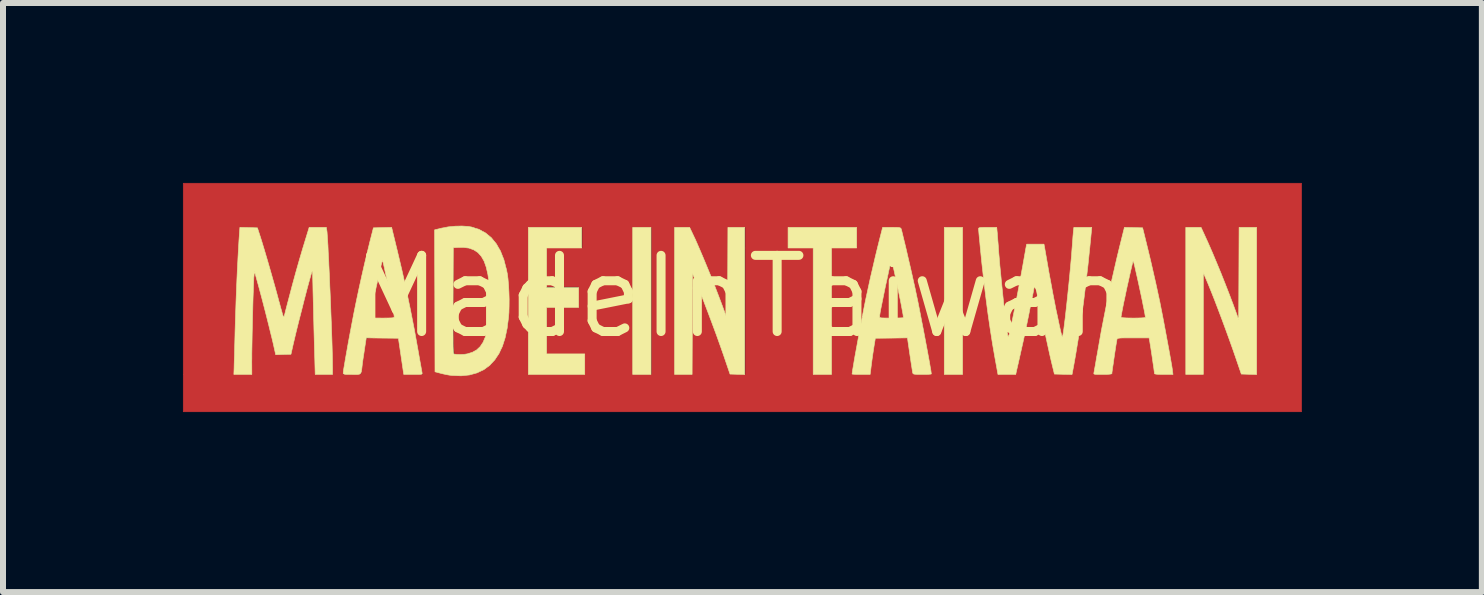
<source format=kicad_pcb>
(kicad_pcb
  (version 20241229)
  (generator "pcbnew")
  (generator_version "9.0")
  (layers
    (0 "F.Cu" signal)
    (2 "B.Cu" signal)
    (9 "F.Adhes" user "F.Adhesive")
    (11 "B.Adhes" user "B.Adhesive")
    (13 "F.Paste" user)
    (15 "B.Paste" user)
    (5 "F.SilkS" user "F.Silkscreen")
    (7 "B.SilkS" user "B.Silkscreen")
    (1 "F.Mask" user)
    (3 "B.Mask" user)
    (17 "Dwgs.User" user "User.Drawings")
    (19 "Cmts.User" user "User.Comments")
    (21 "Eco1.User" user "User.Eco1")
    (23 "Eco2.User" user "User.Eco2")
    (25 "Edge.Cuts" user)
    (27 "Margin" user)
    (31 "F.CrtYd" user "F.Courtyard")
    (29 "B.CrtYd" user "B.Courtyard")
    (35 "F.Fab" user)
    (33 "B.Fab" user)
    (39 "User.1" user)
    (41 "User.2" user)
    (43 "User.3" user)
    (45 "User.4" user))
  (footprint "MadeInTaiwan"
    (layer "F.Cu")
    (at 9.301 1.897)
    (property "Reference" "MadeInTaiwan" (at 0 0 0) (layer "F.SilkS") (effects (font (size 1.27 1.27) (thickness 0.15))))
    (attr through_hole)
    (fp_poly (pts (xy -5.947 -0.495) (xy -5.935 -0.444) (xy -5.921 -0.377) (xy -5.904 -0.298) (xy -5.885 -0.212) (xy -5.866 -0.121) (xy -5.847 -0.029) (xy -5.829 0.06) (xy -5.813 0.142) (xy -5.799 0.213) (xy -5.788 0.271) (xy -5.781 0.312) (xy -5.779 0.331) (xy -5.78 0.34) (xy -5.786 0.347) (xy -5.802 0.351) (xy -5.83 0.354) (xy -5.874 0.355) (xy -5.938 0.356) (xy -5.975 0.356) (xy -6.05 0.355) (xy -6.103 0.355) (xy -6.138 0.353) (xy -6.158 0.35) (xy -6.168 0.344) (xy -6.172 0.336) (xy -6.172 0.327) (xy -6.17 0.304) (xy -6.162 0.26) (xy -6.151 0.198) (xy -6.136 0.122) (xy -6.118 0.034) (xy -6.098 -0.062) (xy -6.077 -0.162) (xy -6.055 -0.263) (xy -6.034 -0.362) (xy -6.024 -0.406) (xy -5.976 -0.616) (xy -5.947 -0.495)) (stroke (width 0.01) (type solid)) (fill yes) (layer "F.Cu"))
    (fp_poly (pts (xy 6.545 -0.579) (xy 6.554 -0.548) (xy 6.566 -0.498) (xy 6.582 -0.434) (xy 6.6 -0.357) (xy 6.619 -0.272) (xy 6.639 -0.181) (xy 6.66 -0.089) (xy 6.679 0.003) (xy 6.697 0.09) (xy 6.713 0.17) (xy 6.727 0.239) (xy 6.737 0.294) (xy 6.743 0.331) (xy 6.744 0.345) (xy 6.732 0.348) (xy 6.699 0.352) (xy 6.649 0.354) (xy 6.586 0.355) (xy 6.54 0.356) (xy 6.472 0.355) (xy 6.413 0.355) (xy 6.369 0.354) (xy 6.342 0.352) (xy 6.337 0.352) (xy 6.34 0.332) (xy 6.347 0.291) (xy 6.359 0.234) (xy 6.373 0.162) (xy 6.39 0.079) (xy 6.409 -0.01) (xy 6.429 -0.104) (xy 6.449 -0.198) (xy 6.469 -0.289) (xy 6.488 -0.374) (xy 6.505 -0.449) (xy 6.52 -0.511) (xy 6.531 -0.557) (xy 6.538 -0.583) (xy 6.54 -0.588) (xy 6.545 -0.579)) (stroke (width 0.01) (type solid)) (fill yes) (layer "F.Cu"))
    (fp_poly (pts (xy 2.521 -0.572) (xy 2.531 -0.534) (xy 2.544 -0.479) (xy 2.56 -0.409) (xy 2.578 -0.329) (xy 2.597 -0.24) (xy 2.616 -0.148) (xy 2.635 -0.054) (xy 2.654 0.038) (xy 2.67 0.123) (xy 2.685 0.2) (xy 2.696 0.264) (xy 2.704 0.313) (xy 2.708 0.342) (xy 2.707 0.349) (xy 2.693 0.351) (xy 2.658 0.353) (xy 2.606 0.355) (xy 2.543 0.355) (xy 2.506 0.356) (xy 2.429 0.355) (xy 2.374 0.354) (xy 2.338 0.351) (xy 2.318 0.346) (xy 2.312 0.34) (xy 2.311 0.339) (xy 2.314 0.314) (xy 2.321 0.271) (xy 2.332 0.211) (xy 2.347 0.138) (xy 2.364 0.056) (xy 2.383 -0.033) (xy 2.403 -0.125) (xy 2.423 -0.217) (xy 2.443 -0.306) (xy 2.462 -0.388) (xy 2.479 -0.46) (xy 2.493 -0.519) (xy 2.505 -0.562) (xy 2.513 -0.585) (xy 2.515 -0.588) (xy 2.521 -0.572)) (stroke (width 0.01) (type solid)) (fill yes) (layer "F.Cu"))
    (fp_poly (pts (xy -4.658 -0.823) (xy -4.554 -0.812) (xy -4.467 -0.788) (xy -4.396 -0.748) (xy -4.338 -0.692) (xy -4.291 -0.616) (xy -4.252 -0.518) (xy -4.23 -0.44) (xy -4.215 -0.369) (xy -4.203 -0.28) (xy -4.193 -0.177) (xy -4.186 -0.069) (xy -4.182 0.041) (xy -4.182 0.144) (xy -4.184 0.203) (xy -4.197 0.368) (xy -4.217 0.509) (xy -4.245 0.629) (xy -4.281 0.728) (xy -4.327 0.807) (xy -4.382 0.868) (xy -4.447 0.913) (xy -4.495 0.934) (xy -4.536 0.944) (xy -4.59 0.952) (xy -4.648 0.958) (xy -4.704 0.961) (xy -4.747 0.96) (xy -4.766 0.957) (xy -4.77 0.955) (xy -4.774 0.949) (xy -4.777 0.938) (xy -4.779 0.921) (xy -4.782 0.895) (xy -4.783 0.858) (xy -4.785 0.81) (xy -4.786 0.747) (xy -4.787 0.669) (xy -4.787 0.574) (xy -4.788 0.46) (xy -4.788 0.324) (xy -4.788 0.167) (xy -4.788 0.061) (xy -4.788 -0.829) (xy -4.658 -0.823)) (stroke (width 0.01) (type solid)) (fill yes) (layer "F.Cu"))
    (fp_poly (pts (xy 9.347 1.918) (xy -9.296 1.918) (xy -9.296 1.296) (xy -6.633 1.296) (xy -6.483 1.293) (xy -6.332 1.289) (xy -6.29 1.003) (xy -6.278 0.92) (xy -6.267 0.846) (xy -6.257 0.782) (xy -6.249 0.735) (xy -6.244 0.707) (xy -6.242 0.701) (xy -6.235 0.696) (xy -6.214 0.692) (xy -6.178 0.689) (xy -6.125 0.688) (xy -6.05 0.688) (xy -5.973 0.689) (xy -5.709 0.692) (xy -5.664 0.994) (xy -5.62 1.295) (xy -5.463 1.295) (xy -5.307 1.295) (xy -5.313 1.26) (xy -5.318 1.238) (xy -5.325 1.195) (xy -5.336 1.135) (xy -5.349 1.062) (xy -5.363 0.979) (xy -5.372 0.927) (xy -5.438 0.562) (xy -5.506 0.214) (xy -5.577 -0.126) (xy -5.653 -0.468) (xy -5.736 -0.816) (xy -5.809 -1.117) (xy -5.106 -1.117) (xy -5.102 0.067) (xy -5.099 1.25) (xy -5.042 1.267) (xy -4.91 1.298) (xy -4.775 1.315) (xy -4.644 1.318) (xy -4.525 1.306) (xy -4.502 1.302) (xy -4.374 1.263) (xy -4.26 1.203) (xy -4.16 1.122) (xy -4.075 1.02) (xy -4.003 0.897) (xy -3.947 0.753) (xy -3.925 0.679) (xy -3.9 0.572) (xy -3.882 0.463) (xy -3.87 0.345) (xy -3.864 0.215) (xy -3.863 0.067) (xy -3.865 -0.013) (xy -3.87 -0.161) (xy -3.88 -0.289) (xy -3.894 -0.402) (xy -3.914 -0.503) (xy -3.94 -0.599) (xy -3.973 -0.692) (xy -4.036 -0.824) (xy -4.114 -0.936) (xy -4.205 -1.028) (xy -4.311 -1.1) (xy -4.428 -1.15) (xy -4.45 -1.156) (xy -3.543 -1.156) (xy -3.543 1.295) (xy -2.603 1.295) (xy -2.603 0.953) (xy -3.239 0.953) (xy -3.239 0.178) (xy -2.705 0.178) (xy -2.705 -0.165) (xy -3.239 -0.165) (xy -3.239 -0.813) (xy -2.642 -0.813) (xy -2.642 -1.156) (xy -1.803 -1.156) (xy -1.803 1.295) (xy -1.486 1.295) (xy -1.486 -1.156) (xy -1.105 -1.156) (xy -1.105 1.295) (xy -0.813 1.295) (xy -0.806 -0.387) (xy -0.713 -0.159) (xy -0.648 0.003) (xy -0.577 0.183) (xy -0.505 0.375) (xy -0.432 0.571) (xy -0.362 0.766) (xy -0.296 0.953) (xy -0.285 0.984) (xy -0.181 1.289) (xy -0.052 1.293) (xy 0.076 1.296) (xy 0.076 -1.156) (xy 0.787 -1.156) (xy 0.787 -0.813) (xy 1.206 -0.813) (xy 1.206 1.295) (xy 1.511 1.295) (xy 1.511 1.286) (xy 1.854 1.286) (xy 1.866 1.29) (xy 1.898 1.293) (xy 1.946 1.295) (xy 2.004 1.295) (xy 2.154 1.295) (xy 2.196 1.007) (xy 2.208 0.924) (xy 2.22 0.849) (xy 2.23 0.785) (xy 2.237 0.737) (xy 2.243 0.709) (xy 2.244 0.703) (xy 2.252 0.697) (xy 2.271 0.692) (xy 2.305 0.689) (xy 2.356 0.687) (xy 2.428 0.686) (xy 2.514 0.686) (xy 2.777 0.686) (xy 2.818 0.962) (xy 2.83 1.044) (xy 2.841 1.12) (xy 2.851 1.184) (xy 2.859 1.232) (xy 2.864 1.262) (xy 2.865 1.267) (xy 2.868 1.279) (xy 2.876 1.287) (xy 2.893 1.292) (xy 2.922 1.294) (xy 2.969 1.295) (xy 3.023 1.295) (xy 3.09 1.295) (xy 3.135 1.293) (xy 3.162 1.289) (xy 3.173 1.283) (xy 3.175 1.278) (xy 3.173 1.259) (xy 3.166 1.219) (xy 3.156 1.159) (xy 3.143 1.083) (xy 3.128 0.995) (xy 3.11 0.896) (xy 3.091 0.791) (xy 3.071 0.682) (xy 3.051 0.571) (xy 3.034 0.483) (xy 2.999 0.303) (xy 2.959 0.105) (xy 2.915 -0.104) (xy 2.868 -0.317) (xy 2.82 -0.528) (xy 2.773 -0.731) (xy 2.751 -0.819) (xy 2.671 -1.149) (xy 2.517 -1.153) (xy 2.397 -1.156) (xy 3.391 -1.156) (xy 3.391 1.295) (xy 3.696 1.295) (xy 3.696 -1.13) (xy 3.962 -1.13) (xy 3.964 -1.106) (xy 3.968 -1.06) (xy 3.974 -0.995) (xy 3.982 -0.914) (xy 3.991 -0.821) (xy 4.001 -0.719) (xy 4.013 -0.612) (xy 4.025 -0.501) (xy 4.036 -0.392) (xy 4.048 -0.286) (xy 4.059 -0.188) (xy 4.07 -0.099) (xy 4.078 -0.032) (xy 4.091 0.07) (xy 4.106 0.182) (xy 4.123 0.301) (xy 4.141 0.426) (xy 4.16 0.551) (xy 4.179 0.676) (xy 4.198 0.797) (xy 4.217 0.911) (xy 4.234 1.015) (xy 4.25 1.106) (xy 4.264 1.181) (xy 4.276 1.238) (xy 4.284 1.274) (xy 4.286 1.28) (xy 4.297 1.287) (xy 4.327 1.292) (xy 4.376 1.295) (xy 4.437 1.295) (xy 4.501 1.295) (xy 4.543 1.293) (xy 4.569 1.29) (xy 4.583 1.283) (xy 4.589 1.274) (xy 4.589 1.273) (xy 4.601 1.228) (xy 4.617 1.162) (xy 4.637 1.076) (xy 4.66 0.974) (xy 4.685 0.86) (xy 4.712 0.736) (xy 4.739 0.605) (xy 4.768 0.47) (xy 4.796 0.335) (xy 4.823 0.202) (xy 4.848 0.074) (xy 4.872 -0.045) (xy 4.892 -0.153) (xy 4.896 -0.171) (xy 4.899 -0.185) (xy 4.903 -0.188) (xy 4.909 -0.178) (xy 4.916 -0.153) (xy 4.926 -0.11) (xy 4.939 -0.047) (xy 4.955 0.037) (xy 4.96 0.064) (xy 4.988 0.204) (xy 5.019 0.355) (xy 5.051 0.511) (xy 5.084 0.666) (xy 5.116 0.815) (xy 5.147 0.953) (xy 5.175 1.073) (xy 5.185 1.118) (xy 5.227 1.289) (xy 5.375 1.293) (xy 5.523 1.296) (xy 5.526 1.279) (xy 5.887 1.279) (xy 5.891 1.287) (xy 5.905 1.292) (xy 5.931 1.294) (xy 5.976 1.295) (xy 6.034 1.295) (xy 6.184 1.295) (xy 6.191 1.254) (xy 6.195 1.228) (xy 6.202 1.182) (xy 6.211 1.121) (xy 6.221 1.05) (xy 6.23 0.991) (xy 6.241 0.915) (xy 6.251 0.846) (xy 6.259 0.788) (xy 6.266 0.746) (xy 6.269 0.727) (xy 6.277 0.686) (xy 6.805 0.686) (xy 6.812 0.721) (xy 6.816 0.745) (xy 6.823 0.788) (xy 6.832 0.846) (xy 6.843 0.913) (xy 6.854 0.986) (xy 6.865 1.06) (xy 6.875 1.13) (xy 6.884 1.192) (xy 6.891 1.241) (xy 6.895 1.273) (xy 6.896 1.283) (xy 6.908 1.288) (xy 6.943 1.292) (xy 6.997 1.295) (xy 7.053 1.295) (xy 7.21 1.295) (xy 7.168 1.049) (xy 7.072 0.517) (xy 6.968 -0.001) (xy 6.853 -0.518) (xy 6.801 -0.74) (xy 6.778 -0.837) (xy 6.757 -0.925) (xy 6.738 -1.003) (xy 6.723 -1.067) (xy 6.712 -1.114) (xy 6.707 -1.141) (xy 6.706 -1.146) (xy 6.694 -1.15) (xy 6.661 -1.153) (xy 6.613 -1.155) (xy 6.554 -1.156) (xy 6.549 -1.156) (xy 7.417 -1.156) (xy 7.417 1.295) (xy 7.709 1.295) (xy 7.712 0.451) (xy 7.715 -0.393) (xy 7.79 -0.212) (xy 7.832 -0.109) (xy 7.88 0.013) (xy 7.933 0.151) (xy 7.989 0.298) (xy 8.047 0.451) (xy 8.104 0.606) (xy 8.159 0.757) (xy 8.21 0.9) (xy 8.236 0.975) (xy 8.348 1.295) (xy 8.598 1.295) (xy 8.598 -1.156) (xy 8.306 -1.156) (xy 8.299 0.375) (xy 8.237 0.203) (xy 8.171 0.025) (xy 8.1 -0.16) (xy 8.027 -0.346) (xy 7.952 -0.528) (xy 7.879 -0.702) (xy 7.809 -0.862) (xy 7.744 -1.003) (xy 7.74 -1.013) (xy 7.673 -1.156) (xy 7.545 -1.156) (xy 7.417 -1.156) (xy 6.549 -1.156) (xy 6.393 -1.156) (xy 6.302 -0.784) (xy 6.204 -0.367) (xy 6.11 0.064) (xy 6.023 0.499) (xy 5.944 0.929) (xy 5.888 1.267) (xy 5.887 1.279) (xy 5.526 1.279) (xy 5.536 1.229) (xy 5.576 1.013) (xy 5.617 0.775) (xy 5.656 0.519) (xy 5.695 0.25) (xy 5.732 -0.029) (xy 5.766 -0.315) (xy 5.798 -0.602) (xy 5.822 -0.851) (xy 5.829 -0.925) (xy 5.836 -0.994) (xy 5.842 -1.052) (xy 5.847 -1.093) (xy 5.849 -1.108) (xy 5.855 -1.156) (xy 5.703 -1.156) (xy 5.552 -1.156) (xy 5.545 -1.089) (xy 5.542 -1.058) (xy 5.538 -1.007) (xy 5.532 -0.938) (xy 5.525 -0.856) (xy 5.518 -0.766) (xy 5.511 -0.679) (xy 5.5 -0.543) (xy 5.485 -0.386) (xy 5.468 -0.215) (xy 5.449 -0.035) (xy 5.429 0.149) (xy 5.408 0.332) (xy 5.387 0.509) (xy 5.383 0.537) (xy 5.376 0.589) (xy 5.369 0.63) (xy 5.362 0.655) (xy 5.359 0.66) (xy 5.353 0.648) (xy 5.343 0.614) (xy 5.33 0.558) (xy 5.314 0.485) (xy 5.294 0.397) (xy 5.273 0.295) (xy 5.251 0.182) (xy 5.227 0.061) (xy 5.202 -0.067) (xy 5.177 -0.199) (xy 5.153 -0.332) (xy 5.129 -0.464) (xy 5.111 -0.565) (xy 5.098 -0.644) (xy 5.085 -0.716) (xy 5.074 -0.776) (xy 5.066 -0.821) (xy 5.061 -0.846) (xy 5.061 -0.848) (xy 5.057 -0.86) (xy 5.048 -0.868) (xy 5.031 -0.873) (xy 5 -0.875) (xy 4.952 -0.876) (xy 4.909 -0.876) (xy 4.765 -0.876) (xy 4.757 -0.841) (xy 4.753 -0.819) (xy 4.746 -0.776) (xy 4.735 -0.716) (xy 4.722 -0.643) (xy 4.708 -0.56) (xy 4.698 -0.508) (xy 4.683 -0.423) (xy 4.665 -0.325) (xy 4.645 -0.215) (xy 4.623 -0.099) (xy 4.599 0.02) (xy 4.576 0.139) (xy 4.553 0.253) (xy 4.532 0.359) (xy 4.513 0.453) (xy 4.496 0.531) (xy 4.483 0.59) (xy 4.479 0.61) (xy 4.469 0.647) (xy 4.462 0.663) (xy 4.457 0.658) (xy 4.453 0.648) (xy 4.447 0.613) (xy 4.438 0.557) (xy 4.428 0.48) (xy 4.416 0.388) (xy 4.404 0.281) (xy 4.39 0.164) (xy 4.377 0.038) (xy 4.363 -0.092) (xy 4.35 -0.224) (xy 4.337 -0.356) (xy 4.325 -0.484) (xy 4.314 -0.605) (xy 4.304 -0.717) (xy 4.297 -0.817) (xy 4.292 -0.876) (xy 4.287 -0.968) (xy 4.283 -1.037) (xy 4.278 -1.087) (xy 4.27 -1.121) (xy 4.257 -1.142) (xy 4.238 -1.153) (xy 4.21 -1.157) (xy 4.172 -1.157) (xy 4.121 -1.156) (xy 4.115 -1.156) (xy 4.05 -1.155) (xy 4.007 -1.154) (xy 3.981 -1.151) (xy 3.968 -1.146) (xy 3.963 -1.138) (xy 3.962 -1.13) (xy 3.696 -1.13) (xy 3.696 -1.156) (xy 3.391 -1.156) (xy 2.397 -1.156) (xy 2.363 -1.156) (xy 2.351 -1.108) (xy 2.289 -0.867) (xy 2.227 -0.606) (xy 2.163 -0.329) (xy 2.101 -0.042) (xy 2.041 0.251) (xy 2 0.457) (xy 1.988 0.521) (xy 1.974 0.597) (xy 1.958 0.683) (xy 1.942 0.775) (xy 1.925 0.868) (xy 1.909 0.96) (xy 1.893 1.048) (xy 1.88 1.126) (xy 1.869 1.193) (xy 1.86 1.245) (xy 1.855 1.277) (xy 1.854 1.286) (xy 1.511 1.286) (xy 1.511 -0.813) (xy 1.93 -0.813) (xy 1.93 -1.156) (xy 0.787 -1.156) (xy 0.076 -1.156) (xy -0.216 -1.156) (xy -0.222 0.375) (xy -0.31 0.14) (xy -0.414 -0.134) (xy -0.519 -0.399) (xy -0.623 -0.651) (xy -0.725 -0.884) (xy -0.792 -1.032) (xy -0.85 -1.156) (xy -1.105 -1.156) (xy -1.486 -1.156) (xy -1.803 -1.156) (xy -2.642 -1.156) (xy -3.543 -1.156) (xy -4.45 -1.156) (xy -4.493 -1.167) (xy -4.586 -1.179) (xy -4.696 -1.181) (xy -4.814 -1.174) (xy -4.935 -1.157) (xy -5.051 -1.131) (xy -5.053 -1.131) (xy -5.106 -1.117) (xy -5.809 -1.117) (xy -5.819 -1.156) (xy -6.126 -1.149) (xy -6.174 -0.959) (xy -6.213 -0.8) (xy -6.254 -0.628) (xy -6.296 -0.447) (xy -6.338 -0.258) (xy -6.379 -0.066) (xy -6.42 0.127) (xy -6.459 0.317) (xy -6.496 0.501) (xy -6.53 0.677) (xy -6.56 0.84) (xy -6.586 0.989) (xy -6.608 1.119) (xy -6.624 1.227) (xy -6.624 1.229) (xy -6.633 1.296) (xy -9.296 1.296) (xy -9.296 1.137) (xy -8.445 1.137) (xy -8.445 1.295) (xy -8.158 1.295) (xy -8.142 0.556) (xy -8.138 0.417) (xy -8.135 0.282) (xy -8.132 0.154) (xy -8.129 0.037) (xy -8.126 -0.069) (xy -8.123 -0.159) (xy -8.12 -0.231) (xy -8.118 -0.282) (xy -8.117 -0.305) (xy -8.109 -0.425) (xy -8.049 -0.21) (xy -8.025 -0.123) (xy -7.998 -0.021) (xy -7.969 0.091) (xy -7.938 0.211) (xy -7.907 0.332) (xy -7.876 0.452) (xy -7.848 0.565) (xy -7.823 0.668) (xy -7.802 0.756) (xy -7.786 0.824) (xy -7.784 0.835) (xy -7.756 0.965) (xy -7.497 0.965) (xy -7.475 0.86) (xy -7.463 0.805) (xy -7.446 0.733) (xy -7.426 0.648) (xy -7.402 0.552) (xy -7.377 0.448) (xy -7.349 0.339) (xy -7.321 0.227) (xy -7.292 0.115) (xy -7.264 0.007) (xy -7.237 -0.095) (xy -7.212 -0.189) (xy -7.19 -0.271) (xy -7.171 -0.339) (xy -7.157 -0.39) (xy -7.147 -0.422) (xy -7.143 -0.43) (xy -7.14 -0.422) (xy -7.138 -0.394) (xy -7.137 -0.352) (xy -7.137 -0.348) (xy -7.137 -0.315) (xy -7.136 -0.261) (xy -7.135 -0.188) (xy -7.133 -0.099) (xy -7.13 0.000236) (xy -7.128 0.108) (xy -7.125 0.22) (xy -7.125 0.222) (xy -7.121 0.347) (xy -7.118 0.477) (xy -7.114 0.608) (xy -7.111 0.733) (xy -7.108 0.848) (xy -7.106 0.947) (xy -7.104 1) (xy -7.096 1.295) (xy -6.803 1.295) (xy -6.812 0.899) (xy -6.815 0.763) (xy -6.819 0.612) (xy -6.825 0.449) (xy -6.83 0.279) (xy -6.837 0.107) (xy -6.843 -0.063) (xy -6.85 -0.227) (xy -6.857 -0.38) (xy -6.863 -0.517) (xy -6.87 -0.633) (xy -6.87 -0.648) (xy -6.875 -0.733) (xy -6.881 -0.824) (xy -6.886 -0.912) (xy -6.89 -0.986) (xy -6.891 -1.006) (xy -6.9 -1.156) (xy -7.197 -1.156) (xy -7.249 -0.987) (xy -7.294 -0.842) (xy -7.342 -0.677) (xy -7.393 -0.497) (xy -7.446 -0.308) (xy -7.498 -0.113) (xy -7.526 -0.006) (xy -7.549 0.08) (xy -7.57 0.16) (xy -7.588 0.228) (xy -7.602 0.281) (xy -7.612 0.317) (xy -7.616 0.33) (xy -7.622 0.326) (xy -7.632 0.302) (xy -7.645 0.261) (xy -7.66 0.21) (xy -7.698 0.07) (xy -7.741 -0.085) (xy -7.787 -0.248) (xy -7.834 -0.413) (xy -7.88 -0.574) (xy -7.924 -0.723) (xy -7.963 -0.854) (xy -7.965 -0.86) (xy -8.056 -1.156) (xy -8.352 -1.156) (xy -8.367 -0.93) (xy -8.374 -0.814) (xy -8.382 -0.679) (xy -8.389 -0.529) (xy -8.397 -0.368) (xy -8.404 -0.199) (xy -8.412 -0.025) (xy -8.419 0.15) (xy -8.425 0.323) (xy -8.431 0.491) (xy -8.436 0.651) (xy -8.44 0.799) (xy -8.443 0.931) (xy -8.445 1.045) (xy -8.445 1.137) (xy -9.296 1.137) (xy -9.296 -1.892) (xy 9.347 -1.892) (xy 9.347 1.918)) (stroke (width 0.01) (type solid)) (fill yes) (layer "F.Cu"))
    (fp_poly (pts (xy -5.947 -0.495) (xy -5.935 -0.444) (xy -5.921 -0.377) (xy -5.904 -0.298) (xy -5.885 -0.212) (xy -5.866 -0.121) (xy -5.847 -0.029) (xy -5.829 0.06) (xy -5.813 0.142) (xy -5.799 0.213) (xy -5.788 0.271) (xy -5.781 0.312) (xy -5.779 0.331) (xy -5.78 0.34) (xy -5.786 0.347) (xy -5.802 0.351) (xy -5.83 0.354) (xy -5.874 0.355) (xy -5.938 0.356) (xy -5.975 0.356) (xy -6.05 0.355) (xy -6.103 0.355) (xy -6.138 0.353) (xy -6.158 0.35) (xy -6.168 0.344) (xy -6.172 0.336) (xy -6.172 0.327) (xy -6.17 0.304) (xy -6.162 0.26) (xy -6.151 0.198) (xy -6.136 0.122) (xy -6.118 0.034) (xy -6.098 -0.062) (xy -6.077 -0.162) (xy -6.055 -0.263) (xy -6.034 -0.362) (xy -6.024 -0.406) (xy -5.976 -0.616) (xy -5.947 -0.495)) (stroke (width 0.01) (type solid)) (fill yes) (layer "F.Mask"))
    (fp_poly (pts (xy 6.545 -0.579) (xy 6.554 -0.548) (xy 6.566 -0.498) (xy 6.582 -0.434) (xy 6.6 -0.357) (xy 6.619 -0.272) (xy 6.639 -0.181) (xy 6.66 -0.089) (xy 6.679 0.003) (xy 6.697 0.09) (xy 6.713 0.17) (xy 6.727 0.239) (xy 6.737 0.294) (xy 6.743 0.331) (xy 6.744 0.345) (xy 6.732 0.348) (xy 6.699 0.352) (xy 6.649 0.354) (xy 6.586 0.355) (xy 6.54 0.356) (xy 6.472 0.355) (xy 6.413 0.355) (xy 6.369 0.354) (xy 6.342 0.352) (xy 6.337 0.352) (xy 6.34 0.332) (xy 6.347 0.291) (xy 6.359 0.234) (xy 6.373 0.162) (xy 6.39 0.079) (xy 6.409 -0.01) (xy 6.429 -0.104) (xy 6.449 -0.198) (xy 6.469 -0.289) (xy 6.488 -0.374) (xy 6.505 -0.449) (xy 6.52 -0.511) (xy 6.531 -0.557) (xy 6.538 -0.583) (xy 6.54 -0.588) (xy 6.545 -0.579)) (stroke (width 0.01) (type solid)) (fill yes) (layer "F.Mask"))
    (fp_poly (pts (xy 2.521 -0.572) (xy 2.531 -0.534) (xy 2.544 -0.479) (xy 2.56 -0.409) (xy 2.578 -0.329) (xy 2.597 -0.24) (xy 2.616 -0.148) (xy 2.635 -0.054) (xy 2.654 0.038) (xy 2.67 0.123) (xy 2.685 0.2) (xy 2.696 0.264) (xy 2.704 0.313) (xy 2.708 0.342) (xy 2.707 0.349) (xy 2.693 0.351) (xy 2.658 0.353) (xy 2.606 0.355) (xy 2.543 0.355) (xy 2.506 0.356) (xy 2.429 0.355) (xy 2.374 0.354) (xy 2.338 0.351) (xy 2.318 0.346) (xy 2.312 0.34) (xy 2.311 0.339) (xy 2.314 0.314) (xy 2.321 0.271) (xy 2.332 0.211) (xy 2.347 0.138) (xy 2.364 0.056) (xy 2.383 -0.033) (xy 2.403 -0.125) (xy 2.423 -0.217) (xy 2.443 -0.306) (xy 2.462 -0.388) (xy 2.479 -0.46) (xy 2.493 -0.519) (xy 2.505 -0.562) (xy 2.513 -0.585) (xy 2.515 -0.588) (xy 2.521 -0.572)) (stroke (width 0.01) (type solid)) (fill yes) (layer "F.Mask"))
    (fp_poly (pts (xy -4.658 -0.823) (xy -4.554 -0.812) (xy -4.467 -0.788) (xy -4.396 -0.748) (xy -4.338 -0.692) (xy -4.291 -0.616) (xy -4.252 -0.518) (xy -4.23 -0.44) (xy -4.215 -0.369) (xy -4.203 -0.28) (xy -4.193 -0.177) (xy -4.186 -0.069) (xy -4.182 0.041) (xy -4.182 0.144) (xy -4.184 0.203) (xy -4.197 0.368) (xy -4.217 0.509) (xy -4.245 0.629) (xy -4.281 0.728) (xy -4.327 0.807) (xy -4.382 0.868) (xy -4.447 0.913) (xy -4.495 0.934) (xy -4.536 0.944) (xy -4.59 0.952) (xy -4.648 0.958) (xy -4.704 0.961) (xy -4.747 0.96) (xy -4.766 0.957) (xy -4.77 0.955) (xy -4.774 0.949) (xy -4.777 0.938) (xy -4.779 0.921) (xy -4.782 0.895) (xy -4.783 0.858) (xy -4.785 0.81) (xy -4.786 0.747) (xy -4.787 0.669) (xy -4.787 0.574) (xy -4.788 0.46) (xy -4.788 0.324) (xy -4.788 0.167) (xy -4.788 0.061) (xy -4.788 -0.829) (xy -4.658 -0.823)) (stroke (width 0.01) (type solid)) (fill yes) (layer "F.Mask"))
    (fp_poly (pts (xy 9.347 1.918) (xy -9.296 1.918) (xy -9.296 1.296) (xy -6.633 1.296) (xy -6.483 1.293) (xy -6.332 1.289) (xy -6.29 1.003) (xy -6.278 0.92) (xy -6.267 0.846) (xy -6.257 0.782) (xy -6.249 0.735) (xy -6.244 0.707) (xy -6.242 0.701) (xy -6.235 0.696) (xy -6.214 0.692) (xy -6.178 0.689) (xy -6.125 0.688) (xy -6.05 0.688) (xy -5.973 0.689) (xy -5.709 0.692) (xy -5.664 0.994) (xy -5.62 1.295) (xy -5.463 1.295) (xy -5.307 1.295) (xy -5.313 1.26) (xy -5.318 1.238) (xy -5.325 1.195) (xy -5.336 1.135) (xy -5.349 1.062) (xy -5.363 0.979) (xy -5.372 0.927) (xy -5.438 0.562) (xy -5.506 0.214) (xy -5.577 -0.126) (xy -5.653 -0.468) (xy -5.736 -0.816) (xy -5.809 -1.117) (xy -5.106 -1.117) (xy -5.102 0.067) (xy -5.099 1.25) (xy -5.042 1.267) (xy -4.91 1.298) (xy -4.775 1.315) (xy -4.644 1.318) (xy -4.525 1.306) (xy -4.502 1.302) (xy -4.374 1.263) (xy -4.26 1.203) (xy -4.16 1.122) (xy -4.075 1.02) (xy -4.003 0.897) (xy -3.947 0.753) (xy -3.925 0.679) (xy -3.9 0.572) (xy -3.882 0.463) (xy -3.87 0.345) (xy -3.864 0.215) (xy -3.863 0.067) (xy -3.865 -0.013) (xy -3.87 -0.161) (xy -3.88 -0.289) (xy -3.894 -0.402) (xy -3.914 -0.503) (xy -3.94 -0.599) (xy -3.973 -0.692) (xy -4.036 -0.824) (xy -4.114 -0.936) (xy -4.205 -1.028) (xy -4.311 -1.1) (xy -4.428 -1.15) (xy -4.45 -1.156) (xy -3.543 -1.156) (xy -3.543 1.295) (xy -2.603 1.295) (xy -2.603 0.953) (xy -3.239 0.953) (xy -3.239 0.178) (xy -2.705 0.178) (xy -2.705 -0.165) (xy -3.239 -0.165) (xy -3.239 -0.813) (xy -2.642 -0.813) (xy -2.642 -1.156) (xy -1.803 -1.156) (xy -1.803 1.295) (xy -1.486 1.295) (xy -1.486 -1.156) (xy -1.105 -1.156) (xy -1.105 1.295) (xy -0.813 1.295) (xy -0.806 -0.387) (xy -0.713 -0.159) (xy -0.648 0.003) (xy -0.577 0.183) (xy -0.505 0.375) (xy -0.432 0.571) (xy -0.362 0.766) (xy -0.296 0.953) (xy -0.285 0.984) (xy -0.181 1.289) (xy -0.052 1.293) (xy 0.076 1.296) (xy 0.076 -1.156) (xy 0.787 -1.156) (xy 0.787 -0.813) (xy 1.206 -0.813) (xy 1.206 1.295) (xy 1.511 1.295) (xy 1.511 1.286) (xy 1.854 1.286) (xy 1.866 1.29) (xy 1.898 1.293) (xy 1.946 1.295) (xy 2.004 1.295) (xy 2.154 1.295) (xy 2.196 1.007) (xy 2.208 0.924) (xy 2.22 0.849) (xy 2.23 0.785) (xy 2.237 0.737) (xy 2.243 0.709) (xy 2.244 0.703) (xy 2.252 0.697) (xy 2.271 0.692) (xy 2.305 0.689) (xy 2.356 0.687) (xy 2.428 0.686) (xy 2.514 0.686) (xy 2.777 0.686) (xy 2.818 0.962) (xy 2.83 1.044) (xy 2.841 1.12) (xy 2.851 1.184) (xy 2.859 1.232) (xy 2.864 1.262) (xy 2.865 1.267) (xy 2.868 1.279) (xy 2.876 1.287) (xy 2.893 1.292) (xy 2.922 1.294) (xy 2.969 1.295) (xy 3.023 1.295) (xy 3.09 1.295) (xy 3.135 1.293) (xy 3.162 1.289) (xy 3.173 1.283) (xy 3.175 1.278) (xy 3.173 1.259) (xy 3.166 1.219) (xy 3.156 1.159) (xy 3.143 1.083) (xy 3.128 0.995) (xy 3.11 0.896) (xy 3.091 0.791) (xy 3.071 0.682) (xy 3.051 0.571) (xy 3.034 0.483) (xy 2.999 0.303) (xy 2.959 0.105) (xy 2.915 -0.104) (xy 2.868 -0.317) (xy 2.82 -0.528) (xy 2.773 -0.731) (xy 2.751 -0.819) (xy 2.671 -1.149) (xy 2.517 -1.153) (xy 2.397 -1.156) (xy 3.391 -1.156) (xy 3.391 1.295) (xy 3.696 1.295) (xy 3.696 -1.13) (xy 3.962 -1.13) (xy 3.964 -1.106) (xy 3.968 -1.06) (xy 3.974 -0.995) (xy 3.982 -0.914) (xy 3.991 -0.821) (xy 4.001 -0.719) (xy 4.013 -0.612) (xy 4.025 -0.501) (xy 4.036 -0.392) (xy 4.048 -0.286) (xy 4.059 -0.188) (xy 4.07 -0.099) (xy 4.078 -0.032) (xy 4.091 0.07) (xy 4.106 0.182) (xy 4.123 0.301) (xy 4.141 0.426) (xy 4.16 0.551) (xy 4.179 0.676) (xy 4.198 0.797) (xy 4.217 0.911) (xy 4.234 1.015) (xy 4.25 1.106) (xy 4.264 1.181) (xy 4.276 1.238) (xy 4.284 1.274) (xy 4.286 1.28) (xy 4.297 1.287) (xy 4.327 1.292) (xy 4.376 1.295) (xy 4.437 1.295) (xy 4.501 1.295) (xy 4.543 1.293) (xy 4.569 1.29) (xy 4.583 1.283) (xy 4.589 1.274) (xy 4.589 1.273) (xy 4.601 1.228) (xy 4.617 1.162) (xy 4.637 1.076) (xy 4.66 0.974) (xy 4.685 0.86) (xy 4.712 0.736) (xy 4.739 0.605) (xy 4.768 0.47) (xy 4.796 0.335) (xy 4.823 0.202) (xy 4.848 0.074) (xy 4.872 -0.045) (xy 4.892 -0.153) (xy 4.896 -0.171) (xy 4.899 -0.185) (xy 4.903 -0.188) (xy 4.909 -0.178) (xy 4.916 -0.153) (xy 4.926 -0.11) (xy 4.939 -0.047) (xy 4.955 0.037) (xy 4.96 0.064) (xy 4.988 0.204) (xy 5.019 0.355) (xy 5.051 0.511) (xy 5.084 0.666) (xy 5.116 0.815) (xy 5.147 0.953) (xy 5.175 1.073) (xy 5.185 1.118) (xy 5.227 1.289) (xy 5.375 1.293) (xy 5.523 1.296) (xy 5.526 1.279) (xy 5.887 1.279) (xy 5.891 1.287) (xy 5.905 1.292) (xy 5.931 1.294) (xy 5.976 1.295) (xy 6.034 1.295) (xy 6.184 1.295) (xy 6.191 1.254) (xy 6.195 1.228) (xy 6.202 1.182) (xy 6.211 1.121) (xy 6.221 1.05) (xy 6.23 0.991) (xy 6.241 0.915) (xy 6.251 0.846) (xy 6.259 0.788) (xy 6.266 0.746) (xy 6.269 0.727) (xy 6.277 0.686) (xy 6.805 0.686) (xy 6.812 0.721) (xy 6.816 0.745) (xy 6.823 0.788) (xy 6.832 0.846) (xy 6.843 0.913) (xy 6.854 0.986) (xy 6.865 1.06) (xy 6.875 1.13) (xy 6.884 1.192) (xy 6.891 1.241) (xy 6.895 1.273) (xy 6.896 1.283) (xy 6.908 1.288) (xy 6.943 1.292) (xy 6.997 1.295) (xy 7.053 1.295) (xy 7.21 1.295) (xy 7.168 1.049) (xy 7.072 0.517) (xy 6.968 -0.001) (xy 6.853 -0.518) (xy 6.801 -0.74) (xy 6.778 -0.837) (xy 6.757 -0.925) (xy 6.738 -1.003) (xy 6.723 -1.067) (xy 6.712 -1.114) (xy 6.707 -1.141) (xy 6.706 -1.146) (xy 6.694 -1.15) (xy 6.661 -1.153) (xy 6.613 -1.155) (xy 6.554 -1.156) (xy 6.549 -1.156) (xy 7.417 -1.156) (xy 7.417 1.295) (xy 7.709 1.295) (xy 7.712 0.451) (xy 7.715 -0.393) (xy 7.79 -0.212) (xy 7.832 -0.109) (xy 7.88 0.013) (xy 7.933 0.151) (xy 7.989 0.298) (xy 8.047 0.451) (xy 8.104 0.606) (xy 8.159 0.757) (xy 8.21 0.9) (xy 8.236 0.975) (xy 8.348 1.295) (xy 8.598 1.295) (xy 8.598 -1.156) (xy 8.306 -1.156) (xy 8.299 0.375) (xy 8.237 0.203) (xy 8.171 0.025) (xy 8.1 -0.16) (xy 8.027 -0.346) (xy 7.952 -0.528) (xy 7.879 -0.702) (xy 7.809 -0.862) (xy 7.744 -1.003) (xy 7.74 -1.013) (xy 7.673 -1.156) (xy 7.545 -1.156) (xy 7.417 -1.156) (xy 6.549 -1.156) (xy 6.393 -1.156) (xy 6.302 -0.784) (xy 6.204 -0.367) (xy 6.11 0.064) (xy 6.023 0.499) (xy 5.944 0.929) (xy 5.888 1.267) (xy 5.887 1.279) (xy 5.526 1.279) (xy 5.536 1.229) (xy 5.576 1.013) (xy 5.617 0.775) (xy 5.656 0.519) (xy 5.695 0.25) (xy 5.732 -0.029) (xy 5.766 -0.315) (xy 5.798 -0.602) (xy 5.822 -0.851) (xy 5.829 -0.925) (xy 5.836 -0.994) (xy 5.842 -1.052) (xy 5.847 -1.093) (xy 5.849 -1.108) (xy 5.855 -1.156) (xy 5.703 -1.156) (xy 5.552 -1.156) (xy 5.545 -1.089) (xy 5.542 -1.058) (xy 5.538 -1.007) (xy 5.532 -0.938) (xy 5.525 -0.856) (xy 5.518 -0.766) (xy 5.511 -0.679) (xy 5.5 -0.543) (xy 5.485 -0.386) (xy 5.468 -0.215) (xy 5.449 -0.035) (xy 5.429 0.149) (xy 5.408 0.332) (xy 5.387 0.509) (xy 5.383 0.537) (xy 5.376 0.589) (xy 5.369 0.63) (xy 5.362 0.655) (xy 5.359 0.66) (xy 5.353 0.648) (xy 5.343 0.614) (xy 5.33 0.558) (xy 5.314 0.485) (xy 5.294 0.397) (xy 5.273 0.295) (xy 5.251 0.182) (xy 5.227 0.061) (xy 5.202 -0.067) (xy 5.177 -0.199) (xy 5.153 -0.332) (xy 5.129 -0.464) (xy 5.111 -0.565) (xy 5.098 -0.644) (xy 5.085 -0.716) (xy 5.074 -0.776) (xy 5.066 -0.821) (xy 5.061 -0.846) (xy 5.061 -0.848) (xy 5.057 -0.86) (xy 5.048 -0.868) (xy 5.031 -0.873) (xy 5 -0.875) (xy 4.952 -0.876) (xy 4.909 -0.876) (xy 4.765 -0.876) (xy 4.757 -0.841) (xy 4.753 -0.819) (xy 4.746 -0.776) (xy 4.735 -0.716) (xy 4.722 -0.643) (xy 4.708 -0.56) (xy 4.698 -0.508) (xy 4.683 -0.423) (xy 4.665 -0.325) (xy 4.645 -0.215) (xy 4.623 -0.099) (xy 4.599 0.02) (xy 4.576 0.139) (xy 4.553 0.253) (xy 4.532 0.359) (xy 4.513 0.453) (xy 4.496 0.531) (xy 4.483 0.59) (xy 4.479 0.61) (xy 4.469 0.647) (xy 4.462 0.663) (xy 4.457 0.658) (xy 4.453 0.648) (xy 4.447 0.613) (xy 4.438 0.557) (xy 4.428 0.48) (xy 4.416 0.388) (xy 4.404 0.281) (xy 4.39 0.164) (xy 4.377 0.038) (xy 4.363 -0.092) (xy 4.35 -0.224) (xy 4.337 -0.356) (xy 4.325 -0.484) (xy 4.314 -0.605) (xy 4.304 -0.717) (xy 4.297 -0.817) (xy 4.292 -0.876) (xy 4.287 -0.968) (xy 4.283 -1.037) (xy 4.278 -1.087) (xy 4.27 -1.121) (xy 4.257 -1.142) (xy 4.238 -1.153) (xy 4.21 -1.157) (xy 4.172 -1.157) (xy 4.121 -1.156) (xy 4.115 -1.156) (xy 4.05 -1.155) (xy 4.007 -1.154) (xy 3.981 -1.151) (xy 3.968 -1.146) (xy 3.963 -1.138) (xy 3.962 -1.13) (xy 3.696 -1.13) (xy 3.696 -1.156) (xy 3.391 -1.156) (xy 2.397 -1.156) (xy 2.363 -1.156) (xy 2.351 -1.108) (xy 2.289 -0.867) (xy 2.227 -0.606) (xy 2.163 -0.329) (xy 2.101 -0.042) (xy 2.041 0.251) (xy 2 0.457) (xy 1.988 0.521) (xy 1.974 0.597) (xy 1.958 0.683) (xy 1.942 0.775) (xy 1.925 0.868) (xy 1.909 0.96) (xy 1.893 1.048) (xy 1.88 1.126) (xy 1.869 1.193) (xy 1.86 1.245) (xy 1.855 1.277) (xy 1.854 1.286) (xy 1.511 1.286) (xy 1.511 -0.813) (xy 1.93 -0.813) (xy 1.93 -1.156) (xy 0.787 -1.156) (xy 0.076 -1.156) (xy -0.216 -1.156) (xy -0.222 0.375) (xy -0.31 0.14) (xy -0.414 -0.134) (xy -0.519 -0.399) (xy -0.623 -0.651) (xy -0.725 -0.884) (xy -0.792 -1.032) (xy -0.85 -1.156) (xy -1.105 -1.156) (xy -1.486 -1.156) (xy -1.803 -1.156) (xy -2.642 -1.156) (xy -3.543 -1.156) (xy -4.45 -1.156) (xy -4.493 -1.167) (xy -4.586 -1.179) (xy -4.696 -1.181) (xy -4.814 -1.174) (xy -4.935 -1.157) (xy -5.051 -1.131) (xy -5.053 -1.131) (xy -5.106 -1.117) (xy -5.809 -1.117) (xy -5.819 -1.156) (xy -6.126 -1.149) (xy -6.174 -0.959) (xy -6.213 -0.8) (xy -6.254 -0.628) (xy -6.296 -0.447) (xy -6.338 -0.258) (xy -6.379 -0.066) (xy -6.42 0.127) (xy -6.459 0.317) (xy -6.496 0.501) (xy -6.53 0.677) (xy -6.56 0.84) (xy -6.586 0.989) (xy -6.608 1.119) (xy -6.624 1.227) (xy -6.624 1.229) (xy -6.633 1.296) (xy -9.296 1.296) (xy -9.296 1.137) (xy -8.445 1.137) (xy -8.445 1.295) (xy -8.158 1.295) (xy -8.142 0.556) (xy -8.138 0.417) (xy -8.135 0.282) (xy -8.132 0.154) (xy -8.129 0.037) (xy -8.126 -0.069) (xy -8.123 -0.159) (xy -8.12 -0.231) (xy -8.118 -0.282) (xy -8.117 -0.305) (xy -8.109 -0.425) (xy -8.049 -0.21) (xy -8.025 -0.123) (xy -7.998 -0.021) (xy -7.969 0.091) (xy -7.938 0.211) (xy -7.907 0.332) (xy -7.876 0.452) (xy -7.848 0.565) (xy -7.823 0.668) (xy -7.802 0.756) (xy -7.786 0.824) (xy -7.784 0.835) (xy -7.756 0.965) (xy -7.497 0.965) (xy -7.475 0.86) (xy -7.463 0.805) (xy -7.446 0.733) (xy -7.426 0.648) (xy -7.402 0.552) (xy -7.377 0.448) (xy -7.349 0.339) (xy -7.321 0.227) (xy -7.292 0.115) (xy -7.264 0.007) (xy -7.237 -0.095) (xy -7.212 -0.189) (xy -7.19 -0.271) (xy -7.171 -0.339) (xy -7.157 -0.39) (xy -7.147 -0.422) (xy -7.143 -0.43) (xy -7.14 -0.422) (xy -7.138 -0.394) (xy -7.137 -0.352) (xy -7.137 -0.348) (xy -7.137 -0.315) (xy -7.136 -0.261) (xy -7.135 -0.188) (xy -7.133 -0.099) (xy -7.13 0.000236) (xy -7.128 0.108) (xy -7.125 0.22) (xy -7.125 0.222) (xy -7.121 0.347) (xy -7.118 0.477) (xy -7.114 0.608) (xy -7.111 0.733) (xy -7.108 0.848) (xy -7.106 0.947) (xy -7.104 1) (xy -7.096 1.295) (xy -6.803 1.295) (xy -6.812 0.899) (xy -6.815 0.763) (xy -6.819 0.612) (xy -6.825 0.449) (xy -6.83 0.279) (xy -6.837 0.107) (xy -6.843 -0.063) (xy -6.85 -0.227) (xy -6.857 -0.38) (xy -6.863 -0.517) (xy -6.87 -0.633) (xy -6.87 -0.648) (xy -6.875 -0.733) (xy -6.881 -0.824) (xy -6.886 -0.912) (xy -6.89 -0.986) (xy -6.891 -1.006) (xy -6.9 -1.156) (xy -7.197 -1.156) (xy -7.249 -0.987) (xy -7.294 -0.842) (xy -7.342 -0.677) (xy -7.393 -0.497) (xy -7.446 -0.308) (xy -7.498 -0.113) (xy -7.526 -0.006) (xy -7.549 0.08) (xy -7.57 0.16) (xy -7.588 0.228) (xy -7.602 0.281) (xy -7.612 0.317) (xy -7.616 0.33) (xy -7.622 0.326) (xy -7.632 0.302) (xy -7.645 0.261) (xy -7.66 0.21) (xy -7.698 0.07) (xy -7.741 -0.085) (xy -7.787 -0.248) (xy -7.834 -0.413) (xy -7.88 -0.574) (xy -7.924 -0.723) (xy -7.963 -0.854) (xy -7.965 -0.86) (xy -8.056 -1.156) (xy -8.352 -1.156) (xy -8.367 -0.93) (xy -8.374 -0.814) (xy -8.382 -0.679) (xy -8.389 -0.529) (xy -8.397 -0.368) (xy -8.404 -0.199) (xy -8.412 -0.025) (xy -8.419 0.15) (xy -8.425 0.323) (xy -8.431 0.491) (xy -8.436 0.651) (xy -8.44 0.799) (xy -8.443 0.931) (xy -8.445 1.045) (xy -8.445 1.137) (xy -9.296 1.137) (xy -9.296 -1.892) (xy 9.347 -1.892) (xy 9.347 1.918)) (stroke (width 0.01) (type solid)) (fill yes) (layer "F.Mask"))
    (fp_poly (pts (xy -1.499 1.295) (xy -1.803 1.295) (xy -1.803 -1.156) (xy -1.499 -1.156) (xy -1.499 1.295)) (stroke (width 0.01) (type solid)) (fill yes) (layer "F.SilkS"))
    (fp_poly (pts (xy 3.696 1.295) (xy 3.391 1.295) (xy 3.391 -1.156) (xy 3.696 -1.156) (xy 3.696 1.295)) (stroke (width 0.01) (type solid)) (fill yes) (layer "F.SilkS"))
    (fp_poly (pts (xy 1.93 -0.813) (xy 1.511 -0.813) (xy 1.511 1.295) (xy 1.206 1.295) (xy 1.206 -0.813) (xy 0.787 -0.813) (xy 0.787 -1.156) (xy 1.93 -1.156) (xy 1.93 -0.813)) (stroke (width 0.01) (type solid)) (fill yes) (layer "F.SilkS"))
    (fp_poly (pts (xy -2.654 -0.813) (xy -3.239 -0.813) (xy -3.239 -0.152) (xy -2.705 -0.152) (xy -2.705 0.178) (xy -3.239 0.178) (xy -3.239 0.953) (xy -2.603 0.953) (xy -2.603 1.295) (xy -3.543 1.295) (xy -3.543 -1.156) (xy -2.654 -1.156) (xy -2.654 -0.813)) (stroke (width 0.01) (type solid)) (fill yes) (layer "F.SilkS"))
    (fp_poly (pts (xy -0.807 -1.057) (xy -0.756 -0.949) (xy -0.7 -0.821) (xy -0.638 -0.677) (xy -0.573 -0.521) (xy -0.506 -0.358) (xy -0.44 -0.192) (xy -0.376 -0.026) (xy -0.315 0.135) (xy -0.278 0.235) (xy -0.222 0.387) (xy -0.216 -1.156) (xy 0.064 -1.156) (xy 0.064 1.296) (xy -0.059 1.293) (xy -0.181 1.289) (xy -0.285 0.984) (xy -0.346 0.81) (xy -0.412 0.626) (xy -0.482 0.437) (xy -0.552 0.251) (xy -0.62 0.073) (xy -0.685 -0.09) (xy -0.715 -0.165) (xy -0.806 -0.387) (xy -0.813 1.295) (xy -1.105 1.295) (xy -1.105 -1.156) (xy -0.979 -1.156) (xy -0.854 -1.156) (xy -0.807 -1.057)) (stroke (width 0.01) (type solid)) (fill yes) (layer "F.SilkS"))
    (fp_poly (pts (xy 7.729 -1.032) (xy 7.791 -0.896) (xy 7.859 -0.741) (xy 7.93 -0.572) (xy 8.003 -0.396) (xy 8.074 -0.217) (xy 8.143 -0.04) (xy 8.207 0.129) (xy 8.257 0.265) (xy 8.299 0.384) (xy 8.306 -1.156) (xy 8.598 -1.156) (xy 8.598 1.296) (xy 8.47 1.293) (xy 8.343 1.289) (xy 8.256 1.035) (xy 8.202 0.879) (xy 8.143 0.714) (xy 8.082 0.546) (xy 8.02 0.378) (xy 7.958 0.214) (xy 7.899 0.06) (xy 7.843 -0.082) (xy 7.793 -0.205) (xy 7.767 -0.267) (xy 7.71 -0.4) (xy 7.709 1.295) (xy 7.417 1.295) (xy 7.417 -1.156) (xy 7.672 -1.156) (xy 7.729 -1.032)) (stroke (width 0.01) (type solid)) (fill yes) (layer "F.SilkS"))
    (fp_poly (pts (xy -4.548 -1.172) (xy -4.491 -1.163) (xy -4.367 -1.124) (xy -4.257 -1.064) (xy -4.161 -0.985) (xy -4.078 -0.884) (xy -4.008 -0.763) (xy -3.951 -0.62) (xy -3.908 -0.455) (xy -3.893 -0.381) (xy -3.882 -0.296) (xy -3.873 -0.193) (xy -3.867 -0.079) (xy -3.863 0.041) (xy -3.864 0.158) (xy -3.867 0.266) (xy -3.873 0.343) (xy -3.896 0.525) (xy -3.93 0.685) (xy -3.975 0.825) (xy -4.032 0.946) (xy -4.101 1.05) (xy -4.183 1.139) (xy -4.186 1.142) (xy -4.284 1.215) (xy -4.398 1.269) (xy -4.525 1.304) (xy -4.664 1.318) (xy -4.813 1.312) (xy -4.858 1.307) (xy -4.914 1.297) (xy -4.977 1.283) (xy -5.016 1.273) (xy -5.099 1.251) (xy -5.101 0.511) (xy -4.799 0.511) (xy -4.799 0.617) (xy -4.798 0.705) (xy -4.798 0.776) (xy -4.797 0.832) (xy -4.795 0.875) (xy -4.794 0.907) (xy -4.791 0.929) (xy -4.788 0.943) (xy -4.785 0.951) (xy -4.781 0.955) (xy -4.778 0.956) (xy -4.736 0.962) (xy -4.678 0.963) (xy -4.616 0.96) (xy -4.56 0.952) (xy -4.557 0.951) (xy -4.475 0.926) (xy -4.404 0.886) (xy -4.345 0.83) (xy -4.297 0.758) (xy -4.258 0.666) (xy -4.227 0.554) (xy -4.204 0.42) (xy -4.19 0.286) (xy -4.185 0.194) (xy -4.182 0.094) (xy -4.182 -0.002) (xy -4.184 -0.057) (xy -4.197 -0.225) (xy -4.217 -0.37) (xy -4.245 -0.493) (xy -4.281 -0.594) (xy -4.328 -0.675) (xy -4.385 -0.738) (xy -4.453 -0.782) (xy -4.533 -0.811) (xy -4.625 -0.823) (xy -4.699 -0.823) (xy -4.794 -0.819) (xy -4.798 0.066) (xy -4.798 0.237) (xy -4.799 0.385) (xy -4.799 0.511) (xy -5.101 0.511) (xy -5.102 0.068) (xy -5.106 -1.115) (xy -4.988 -1.144) (xy -4.878 -1.165) (xy -4.763 -1.176) (xy -4.651 -1.179) (xy -4.548 -1.172)) (stroke (width 0.01) (type solid)) (fill yes) (layer "F.SilkS"))
    (fp_poly (pts (xy -5.73 -0.778) (xy -5.65 -0.441) (xy -5.577 -0.113) (xy -5.509 0.214) (xy -5.443 0.55) (xy -5.38 0.9) (xy -5.366 0.98) (xy -5.352 1.06) (xy -5.339 1.132) (xy -5.328 1.193) (xy -5.32 1.239) (xy -5.315 1.264) (xy -5.315 1.267) (xy -5.313 1.279) (xy -5.316 1.287) (xy -5.328 1.292) (xy -5.354 1.294) (xy -5.397 1.295) (xy -5.461 1.295) (xy -5.464 1.295) (xy -5.62 1.295) (xy -5.709 0.692) (xy -5.977 0.689) (xy -6.245 0.685) (xy -6.272 0.86) (xy -6.283 0.935) (xy -6.295 1.012) (xy -6.305 1.081) (xy -6.312 1.135) (xy -6.312 1.137) (xy -6.32 1.202) (xy -6.327 1.247) (xy -6.337 1.275) (xy -6.355 1.289) (xy -6.385 1.295) (xy -6.43 1.296) (xy -6.484 1.295) (xy -6.547 1.295) (xy -6.589 1.294) (xy -6.613 1.29) (xy -6.626 1.284) (xy -6.629 1.276) (xy -6.629 1.273) (xy -6.627 1.25) (xy -6.621 1.205) (xy -6.61 1.142) (xy -6.597 1.062) (xy -6.581 0.97) (xy -6.563 0.869) (xy -6.544 0.761) (xy -6.523 0.649) (xy -6.502 0.537) (xy -6.481 0.427) (xy -6.466 0.349) (xy -6.185 0.349) (xy -6.173 0.351) (xy -6.14 0.353) (xy -6.09 0.355) (xy -6.027 0.355) (xy -5.982 0.356) (xy -5.905 0.355) (xy -5.849 0.354) (xy -5.813 0.352) (xy -5.791 0.348) (xy -5.781 0.343) (xy -5.779 0.336) (xy -5.781 0.315) (xy -5.788 0.274) (xy -5.799 0.215) (xy -5.813 0.142) (xy -5.83 0.059) (xy -5.848 -0.031) (xy -5.867 -0.125) (xy -5.887 -0.219) (xy -5.906 -0.31) (xy -5.925 -0.395) (xy -5.941 -0.47) (xy -5.955 -0.532) (xy -5.966 -0.577) (xy -5.973 -0.603) (xy -5.975 -0.607) (xy -5.979 -0.597) (xy -5.988 -0.565) (xy -6 -0.514) (xy -6.015 -0.449) (xy -6.033 -0.371) (xy -6.052 -0.285) (xy -6.072 -0.193) (xy -6.093 -0.099) (xy -6.113 -0.006) (xy -6.132 0.082) (xy -6.149 0.164) (xy -6.164 0.234) (xy -6.175 0.291) (xy -6.182 0.33) (xy -6.185 0.349) (xy -6.466 0.349) (xy -6.461 0.324) (xy -6.458 0.305) (xy -6.416 0.099) (xy -6.37 -0.119) (xy -6.321 -0.342) (xy -6.271 -0.561) (xy -6.221 -0.769) (xy -6.181 -0.933) (xy -6.126 -1.149) (xy -5.822 -1.156) (xy -5.73 -0.778)) (stroke (width 0.01) (type solid)) (fill yes) (layer "F.SilkS"))
    (fp_poly (pts (xy 6.546 -1.153) (xy 6.698 -1.149) (xy 6.752 -0.929) (xy 6.794 -0.757) (xy 6.837 -0.577) (xy 6.878 -0.397) (xy 6.918 -0.221) (xy 6.954 -0.055) (xy 6.986 0.094) (xy 6.997 0.151) (xy 7.013 0.232) (xy 7.032 0.328) (xy 7.052 0.432) (xy 7.073 0.543) (xy 7.094 0.657) (xy 7.115 0.77) (xy 7.135 0.878) (xy 7.153 0.979) (xy 7.169 1.068) (xy 7.182 1.142) (xy 7.191 1.198) (xy 7.195 1.229) (xy 7.204 1.295) (xy 7.05 1.295) (xy 6.983 1.294) (xy 6.933 1.292) (xy 6.904 1.287) (xy 6.896 1.283) (xy 6.894 1.267) (xy 6.889 1.23) (xy 6.882 1.177) (xy 6.872 1.112) (xy 6.862 1.041) (xy 6.851 0.967) (xy 6.84 0.895) (xy 6.83 0.83) (xy 6.821 0.776) (xy 6.815 0.737) (xy 6.812 0.721) (xy 6.805 0.686) (xy 6.541 0.686) (xy 6.453 0.686) (xy 6.387 0.686) (xy 6.339 0.687) (xy 6.307 0.69) (xy 6.288 0.693) (xy 6.277 0.698) (xy 6.272 0.706) (xy 6.269 0.714) (xy 6.266 0.734) (xy 6.259 0.775) (xy 6.25 0.83) (xy 6.24 0.897) (xy 6.229 0.969) (xy 6.218 1.044) (xy 6.208 1.116) (xy 6.198 1.18) (xy 6.191 1.232) (xy 6.186 1.268) (xy 6.185 1.283) (xy 6.173 1.288) (xy 6.138 1.292) (xy 6.084 1.295) (xy 6.032 1.295) (xy 5.968 1.295) (xy 5.925 1.294) (xy 5.9 1.292) (xy 5.887 1.287) (xy 5.884 1.279) (xy 5.886 1.267) (xy 5.89 1.246) (xy 5.897 1.204) (xy 5.908 1.146) (xy 5.92 1.075) (xy 5.933 0.996) (xy 5.938 0.972) (xy 6.01 0.563) (xy 6.053 0.344) (xy 6.337 0.344) (xy 6.349 0.348) (xy 6.382 0.351) (xy 6.433 0.354) (xy 6.496 0.355) (xy 6.54 0.356) (xy 6.616 0.355) (xy 6.676 0.353) (xy 6.719 0.35) (xy 6.741 0.346) (xy 6.744 0.344) (xy 6.741 0.322) (xy 6.734 0.28) (xy 6.723 0.221) (xy 6.708 0.149) (xy 6.692 0.067) (xy 6.673 -0.023) (xy 6.653 -0.116) (xy 6.633 -0.209) (xy 6.613 -0.3) (xy 6.594 -0.384) (xy 6.577 -0.458) (xy 6.563 -0.52) (xy 6.551 -0.566) (xy 6.544 -0.592) (xy 6.541 -0.597) (xy 6.536 -0.585) (xy 6.527 -0.552) (xy 6.515 -0.5) (xy 6.499 -0.433) (xy 6.481 -0.355) (xy 6.462 -0.268) (xy 6.441 -0.176) (xy 6.421 -0.082) (xy 6.402 0.01) (xy 6.383 0.097) (xy 6.367 0.177) (xy 6.354 0.245) (xy 6.344 0.298) (xy 6.338 0.333) (xy 6.337 0.344) (xy 6.053 0.344) (xy 6.088 0.166) (xy 6.172 -0.228) (xy 6.265 -0.631) (xy 6.308 -0.81) (xy 6.394 -1.156) (xy 6.546 -1.153)) (stroke (width 0.01) (type solid)) (fill yes) (layer "F.SilkS"))
    (fp_poly (pts (xy 2.579 -1.155) (xy 2.623 -1.154) (xy 2.65 -1.15) (xy 2.665 -1.144) (xy 2.671 -1.136) (xy 2.672 -1.133) (xy 2.681 -1.102) (xy 2.694 -1.048) (xy 2.711 -0.977) (xy 2.732 -0.892) (xy 2.755 -0.796) (xy 2.779 -0.692) (xy 2.804 -0.584) (xy 2.829 -0.476) (xy 2.853 -0.371) (xy 2.875 -0.272) (xy 2.895 -0.183) (xy 2.912 -0.107) (xy 2.914 -0.095) (xy 2.931 -0.014) (xy 2.951 0.08) (xy 2.972 0.186) (xy 2.994 0.299) (xy 3.017 0.418) (xy 3.041 0.54) (xy 3.064 0.661) (xy 3.086 0.779) (xy 3.107 0.891) (xy 3.126 0.995) (xy 3.143 1.087) (xy 3.156 1.165) (xy 3.167 1.227) (xy 3.173 1.269) (xy 3.175 1.287) (xy 3.163 1.29) (xy 3.131 1.293) (xy 3.083 1.295) (xy 3.024 1.295) (xy 3.023 1.295) (xy 2.959 1.295) (xy 2.915 1.293) (xy 2.888 1.29) (xy 2.873 1.284) (xy 2.867 1.275) (xy 2.866 1.273) (xy 2.862 1.255) (xy 2.856 1.215) (xy 2.847 1.158) (xy 2.836 1.087) (xy 2.824 1.007) (xy 2.818 0.968) (xy 2.777 0.685) (xy 2.51 0.689) (xy 2.242 0.692) (xy 2.221 0.82) (xy 2.211 0.884) (xy 2.199 0.963) (xy 2.187 1.047) (xy 2.177 1.121) (xy 2.155 1.295) (xy 2.004 1.295) (xy 1.946 1.295) (xy 1.898 1.293) (xy 1.866 1.291) (xy 1.854 1.288) (xy 1.857 1.266) (xy 1.863 1.222) (xy 1.874 1.159) (xy 1.887 1.08) (xy 1.903 0.987) (xy 1.922 0.884) (xy 1.942 0.774) (xy 1.963 0.659) (xy 1.985 0.542) (xy 2.007 0.426) (xy 2.025 0.332) (xy 2.311 0.332) (xy 2.313 0.341) (xy 2.321 0.348) (xy 2.338 0.352) (xy 2.369 0.354) (xy 2.416 0.355) (xy 2.485 0.356) (xy 2.506 0.356) (xy 2.574 0.355) (xy 2.632 0.354) (xy 2.677 0.352) (xy 2.703 0.35) (xy 2.707 0.349) (xy 2.708 0.334) (xy 2.703 0.295) (xy 2.692 0.234) (xy 2.677 0.152) (xy 2.657 0.05) (xy 2.632 -0.07) (xy 2.603 -0.208) (xy 2.596 -0.239) (xy 2.572 -0.352) (xy 2.553 -0.44) (xy 2.538 -0.506) (xy 2.526 -0.55) (xy 2.516 -0.572) (xy 2.506 -0.575) (xy 2.497 -0.558) (xy 2.487 -0.524) (xy 2.475 -0.472) (xy 2.46 -0.404) (xy 2.454 -0.374) (xy 2.432 -0.272) (xy 2.409 -0.169) (xy 2.388 -0.067) (xy 2.368 0.031) (xy 2.35 0.12) (xy 2.334 0.198) (xy 2.322 0.262) (xy 2.315 0.307) (xy 2.311 0.331) (xy 2.311 0.332) (xy 2.025 0.332) (xy 2.028 0.314) (xy 2.048 0.209) (xy 2.067 0.115) (xy 2.084 0.032) (xy 2.091 0) (xy 2.124 -0.153) (xy 2.16 -0.319) (xy 2.2 -0.49) (xy 2.24 -0.662) (xy 2.28 -0.827) (xy 2.318 -0.979) (xy 2.351 -1.108) (xy 2.363 -1.156) (xy 2.514 -1.156) (xy 2.579 -1.155)) (stroke (width 0.01) (type solid)) (fill yes) (layer "F.SilkS"))
    (fp_poly (pts (xy -8.206 -1.153) (xy -8.059 -1.149) (xy -8.01 -0.997) (xy -7.984 -0.914) (xy -7.953 -0.812) (xy -7.918 -0.694) (xy -7.88 -0.565) (xy -7.841 -0.429) (xy -7.802 -0.292) (xy -7.764 -0.158) (xy -7.729 -0.031) (xy -7.698 0.085) (xy -7.696 0.089) (xy -7.673 0.177) (xy -7.654 0.243) (xy -7.641 0.29) (xy -7.631 0.319) (xy -7.624 0.333) (xy -7.619 0.335) (xy -7.614 0.327) (xy -7.61 0.311) (xy -7.61 0.311) (xy -7.602 0.283) (xy -7.59 0.234) (xy -7.574 0.172) (xy -7.555 0.099) (xy -7.537 0.032) (xy -7.482 -0.178) (xy -7.423 -0.394) (xy -7.362 -0.609) (xy -7.302 -0.813) (xy -7.268 -0.924) (xy -7.197 -1.156) (xy -7.054 -1.156) (xy -6.91 -1.156) (xy -6.903 -1.114) (xy -6.899 -1.082) (xy -6.895 -1.026) (xy -6.89 -0.949) (xy -6.884 -0.855) (xy -6.879 -0.744) (xy -6.872 -0.62) (xy -6.866 -0.485) (xy -6.859 -0.341) (xy -6.853 -0.19) (xy -6.846 -0.036) (xy -6.84 0.12) (xy -6.834 0.276) (xy -6.828 0.428) (xy -6.823 0.575) (xy -6.818 0.714) (xy -6.814 0.843) (xy -6.811 0.96) (xy -6.809 1.061) (xy -6.808 1.145) (xy -6.807 1.191) (xy -6.807 1.295) (xy -7.096 1.295) (xy -7.104 1.013) (xy -7.111 0.767) (xy -7.117 0.544) (xy -7.122 0.346) (xy -7.126 0.171) (xy -7.13 0.021) (xy -7.133 -0.104) (xy -7.135 -0.205) (xy -7.137 -0.282) (xy -7.138 -0.333) (xy -7.138 -0.349) (xy -7.139 -0.396) (xy -7.143 -0.419) (xy -7.149 -0.419) (xy -7.156 -0.4) (xy -7.168 -0.36) (xy -7.185 -0.3) (xy -7.206 -0.225) (xy -7.23 -0.136) (xy -7.256 -0.036) (xy -7.284 0.071) (xy -7.312 0.183) (xy -7.341 0.296) (xy -7.37 0.409) (xy -7.397 0.518) (xy -7.422 0.62) (xy -7.444 0.713) (xy -7.463 0.793) (xy -7.476 0.851) (xy -7.5 0.959) (xy -7.628 0.962) (xy -7.755 0.966) (xy -7.784 0.835) (xy -7.798 0.772) (xy -7.818 0.688) (xy -7.843 0.588) (xy -7.87 0.477) (xy -7.9 0.358) (xy -7.931 0.236) (xy -7.962 0.116) (xy -7.992 0.001) (xy -8.02 -0.103) (xy -8.044 -0.193) (xy -8.049 -0.21) (xy -8.109 -0.425) (xy -8.117 -0.343) (xy -8.12 -0.31) (xy -8.122 -0.255) (xy -8.125 -0.181) (xy -8.128 -0.09) (xy -8.132 0.013) (xy -8.135 0.127) (xy -8.138 0.248) (xy -8.141 0.372) (xy -8.144 0.497) (xy -8.147 0.62) (xy -8.149 0.738) (xy -8.151 0.847) (xy -8.153 0.945) (xy -8.153 1.028) (xy -8.154 1.076) (xy -8.153 1.295) (xy -8.303 1.295) (xy -8.452 1.295) (xy -8.449 1.216) (xy -8.448 1.186) (xy -8.447 1.134) (xy -8.445 1.063) (xy -8.442 0.976) (xy -8.44 0.876) (xy -8.437 0.767) (xy -8.434 0.651) (xy -8.433 0.603) (xy -8.425 0.339) (xy -8.416 0.075) (xy -8.406 -0.182) (xy -8.395 -0.429) (xy -8.383 -0.662) (xy -8.371 -0.874) (xy -8.368 -0.924) (xy -8.352 -1.156) (xy -8.206 -1.153)) (stroke (width 0.01) (type solid)) (fill yes) (layer "F.SilkS"))
    (fp_poly (pts (xy 4.272 -1.089) (xy 4.276 -1.052) (xy 4.28 -0.997) (xy 4.285 -0.929) (xy 4.291 -0.855) (xy 4.293 -0.826) (xy 4.299 -0.739) (xy 4.308 -0.638) (xy 4.317 -0.527) (xy 4.329 -0.407) (xy 4.341 -0.283) (xy 4.354 -0.155) (xy 4.367 -0.028) (xy 4.38 0.096) (xy 4.394 0.215) (xy 4.406 0.325) (xy 4.418 0.425) (xy 4.429 0.51) (xy 4.439 0.579) (xy 4.447 0.629) (xy 4.453 0.657) (xy 4.454 0.66) (xy 4.461 0.661) (xy 4.47 0.639) (xy 4.478 0.61) (xy 4.489 0.564) (xy 4.503 0.496) (xy 4.521 0.411) (xy 4.541 0.313) (xy 4.563 0.204) (xy 4.585 0.088) (xy 4.609 -0.031) (xy 4.631 -0.148) (xy 4.653 -0.262) (xy 4.672 -0.367) (xy 4.689 -0.46) (xy 4.699 -0.514) (xy 4.714 -0.599) (xy 4.728 -0.678) (xy 4.74 -0.745) (xy 4.749 -0.798) (xy 4.756 -0.832) (xy 4.757 -0.841) (xy 4.765 -0.876) (xy 5.053 -0.876) (xy 5.061 -0.835) (xy 5.1 -0.613) (xy 5.136 -0.406) (xy 5.171 -0.218) (xy 5.202 -0.05) (xy 5.231 0.098) (xy 5.255 0.222) (xy 5.265 0.267) (xy 5.289 0.38) (xy 5.308 0.471) (xy 5.324 0.542) (xy 5.336 0.594) (xy 5.345 0.63) (xy 5.352 0.653) (xy 5.357 0.663) (xy 5.361 0.665) (xy 5.363 0.66) (xy 5.368 0.638) (xy 5.376 0.593) (xy 5.385 0.529) (xy 5.395 0.447) (xy 5.407 0.352) (xy 5.419 0.245) (xy 5.432 0.129) (xy 5.445 0.007) (xy 5.458 -0.118) (xy 5.471 -0.244) (xy 5.483 -0.367) (xy 5.494 -0.485) (xy 5.504 -0.595) (xy 5.513 -0.694) (xy 5.518 -0.768) (xy 5.525 -0.854) (xy 5.531 -0.933) (xy 5.536 -1.003) (xy 5.541 -1.059) (xy 5.544 -1.095) (xy 5.545 -1.102) (xy 5.551 -1.156) (xy 5.85 -1.156) (xy 5.821 -0.86) (xy 5.788 -0.538) (xy 5.751 -0.217) (xy 5.712 0.098) (xy 5.67 0.404) (xy 5.626 0.695) (xy 5.581 0.968) (xy 5.548 1.153) (xy 5.521 1.296) (xy 5.374 1.293) (xy 5.227 1.289) (xy 5.179 1.092) (xy 5.157 0.999) (xy 5.132 0.886) (xy 5.104 0.758) (xy 5.074 0.62) (xy 5.044 0.478) (xy 5.015 0.337) (xy 4.987 0.201) (xy 4.962 0.075) (xy 4.948 0) (xy 4.931 -0.086) (xy 4.917 -0.147) (xy 4.907 -0.183) (xy 4.9 -0.195) (xy 4.897 -0.191) (xy 4.893 -0.17) (xy 4.884 -0.128) (xy 4.873 -0.068) (xy 4.858 0.005) (xy 4.842 0.089) (xy 4.825 0.171) (xy 4.799 0.303) (xy 4.771 0.44) (xy 4.741 0.585) (xy 4.707 0.742) (xy 4.668 0.916) (xy 4.625 1.108) (xy 4.603 1.203) (xy 4.582 1.295) (xy 4.286 1.295) (xy 4.238 1.032) (xy 4.195 0.784) (xy 4.156 0.535) (xy 4.119 0.28) (xy 4.084 0.015) (xy 4.05 -0.265) (xy 4.017 -0.563) (xy 4.001 -0.721) (xy 3.991 -0.818) (xy 3.983 -0.908) (xy 3.975 -0.987) (xy 3.969 -1.052) (xy 3.965 -1.099) (xy 3.963 -1.126) (xy 3.962 -1.13) (xy 3.964 -1.141) (xy 3.971 -1.148) (xy 3.988 -1.153) (xy 4.02 -1.155) (xy 4.07 -1.156) (xy 4.114 -1.156) (xy 4.265 -1.156) (xy 4.272 -1.089)) (stroke (width 0.01) (type solid)) (fill yes) (layer "F.SilkS")))
  (gr_rect
    (start -3 -3)
    (end 21.654 6.82)
    (stroke (width 0.1) (type default))
    (fill no)
    (layer "Edge.Cuts")))
</source>
